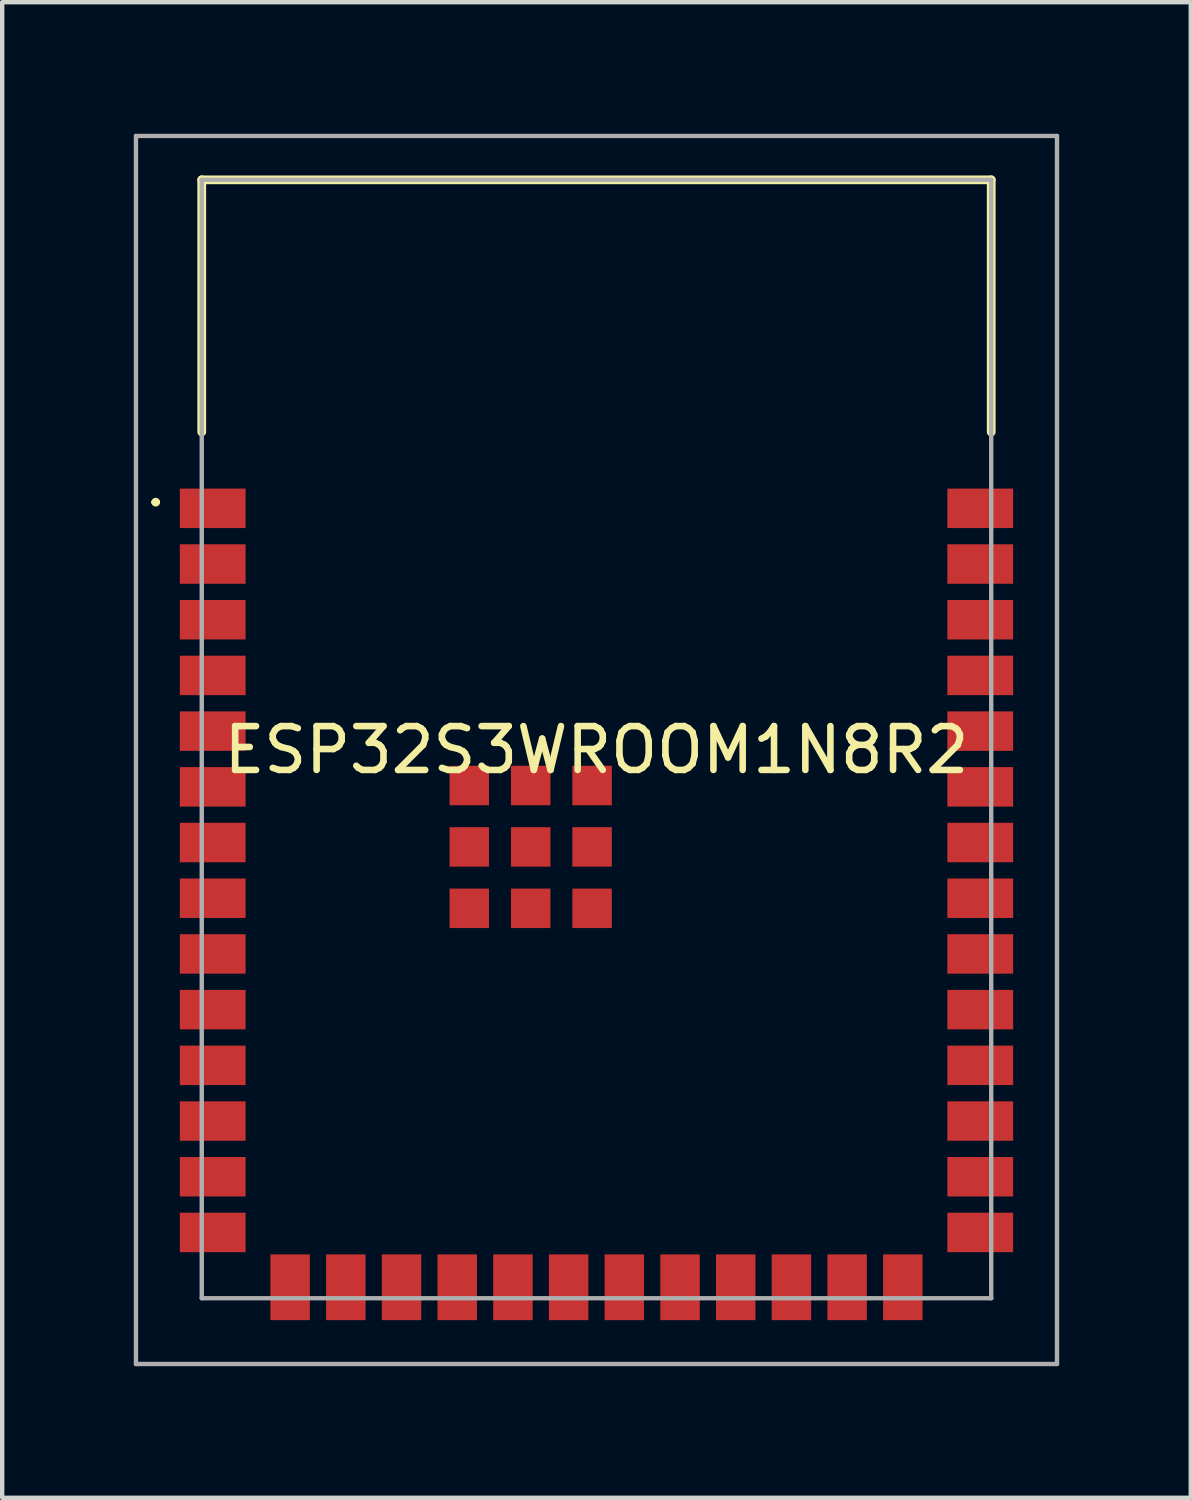
<source format=kicad_pcb>
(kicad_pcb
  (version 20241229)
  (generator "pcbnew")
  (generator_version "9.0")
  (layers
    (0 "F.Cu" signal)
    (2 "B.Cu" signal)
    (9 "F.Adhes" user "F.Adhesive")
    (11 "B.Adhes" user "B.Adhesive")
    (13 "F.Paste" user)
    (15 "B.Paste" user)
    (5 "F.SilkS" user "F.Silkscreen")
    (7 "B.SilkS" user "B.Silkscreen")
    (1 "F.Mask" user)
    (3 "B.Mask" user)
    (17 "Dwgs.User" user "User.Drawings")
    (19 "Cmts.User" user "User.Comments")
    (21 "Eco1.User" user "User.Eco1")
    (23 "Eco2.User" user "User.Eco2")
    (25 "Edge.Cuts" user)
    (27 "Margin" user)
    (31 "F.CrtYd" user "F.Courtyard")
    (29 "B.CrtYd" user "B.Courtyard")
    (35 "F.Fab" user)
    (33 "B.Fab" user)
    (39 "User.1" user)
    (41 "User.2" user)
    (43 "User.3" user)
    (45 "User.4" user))
  (footprint "ESP32S3WROOM1N8R2"
    (layer "F.Cu")
    (at 10.55 13.8)
    (property "Reference" "ESP32S3WROOM1N8R2" (at 0 0.25 0) (layer "F.SilkS") (effects (font (size 1 1) (thickness 0.15))))
    (attr smd)
    (fp_line (start -10.1 -5.4) (end -10.1 -5.4) (stroke (width 0.1) (type solid)) (layer "F.SilkS"))
    (fp_line (start -10 -5.4) (end -10 -5.4) (stroke (width 0.1) (type solid)) (layer "F.SilkS"))
    (fp_line (start -9 -12.75) (end 9 -12.75) (stroke (width 0.2) (type solid)) (layer "F.SilkS"))
    (fp_line (start -9 -7) (end -9 -12.75) (stroke (width 0.2) (type solid)) (layer "F.SilkS"))
    (fp_line (start 9 -12.75) (end 9 -7) (stroke (width 0.2) (type solid)) (layer "F.SilkS"))
    (fp_arc (start -10.1 -5.4) (mid -10.05 -5.45) (end -10 -5.4) (stroke (width 0.1) (type solid)) (layer "F.SilkS"))
    (fp_arc (start -10 -5.4) (mid -10.05 -5.35) (end -10.1 -5.4) (stroke (width 0.1) (type solid)) (layer "F.SilkS"))
    (fp_line (start -10.5 -13.75) (end 10.5 -13.75) (stroke (width 0.1) (type solid)) (layer "F.Fab"))
    (fp_line (start -10.5 14.25) (end -10.5 -13.75) (stroke (width 0.1) (type solid)) (layer "F.Fab"))
    (fp_line (start -9 -12.75) (end 9 -12.75) (stroke (width 0.1) (type solid)) (layer "F.Fab"))
    (fp_line (start -9 12.75) (end -9 -12.75) (stroke (width 0.1) (type solid)) (layer "F.Fab"))
    (fp_line (start 9 -12.75) (end 9 12.75) (stroke (width 0.1) (type solid)) (layer "F.Fab"))
    (fp_line (start 9 12.75) (end -9 12.75) (stroke (width 0.1) (type solid)) (layer "F.Fab"))
    (fp_line (start 10.5 -13.75) (end 10.5 14.25) (stroke (width 0.1) (type solid)) (layer "F.Fab"))
    (fp_line (start 10.5 14.25) (end -10.5 14.25) (stroke (width 0.1) (type solid)) (layer "F.Fab"))
    (pad "1" smd rect (at -8.75 -5.26) (size 1.5 0.9) (layers "F.Cu" "F.Mask" "F.Paste"))
    (pad "2" smd rect (at -8.75 -3.99) (size 1.5 0.9) (layers "F.Cu" "F.Mask" "F.Paste"))
    (pad "3" smd rect (at -8.75 -2.72) (size 1.5 0.9) (layers "F.Cu" "F.Mask" "F.Paste"))
    (pad "4" smd rect (at -8.75 -1.45) (size 1.5 0.9) (layers "F.Cu" "F.Mask" "F.Paste"))
    (pad "5" smd rect (at -8.75 -0.18) (size 1.5 0.9) (layers "F.Cu" "F.Mask" "F.Paste"))
    (pad "6" smd rect (at -8.75 1.09) (size 1.5 0.9) (layers "F.Cu" "F.Mask" "F.Paste"))
    (pad "7" smd rect (at -8.75 2.36) (size 1.5 0.9) (layers "F.Cu" "F.Mask" "F.Paste"))
    (pad "8" smd rect (at -8.75 3.63) (size 1.5 0.9) (layers "F.Cu" "F.Mask" "F.Paste"))
    (pad "9" smd rect (at -8.75 4.9) (size 1.5 0.9) (layers "F.Cu" "F.Mask" "F.Paste"))
    (pad "10" smd rect (at -8.75 6.17) (size 1.5 0.9) (layers "F.Cu" "F.Mask" "F.Paste"))
    (pad "11" smd rect (at -8.75 7.44) (size 1.5 0.9) (layers "F.Cu" "F.Mask" "F.Paste"))
    (pad "12" smd rect (at -8.75 8.71) (size 1.5 0.9) (layers "F.Cu" "F.Mask" "F.Paste"))
    (pad "13" smd rect (at -8.75 9.98) (size 1.5 0.9) (layers "F.Cu" "F.Mask" "F.Paste"))
    (pad "14" smd rect (at -8.75 11.25) (size 1.5 0.9) (layers "F.Cu" "F.Mask" "F.Paste"))
    (pad "15" smd rect (at -6.985 12.5) (size 0.9 1.5) (layers "F.Cu" "F.Mask" "F.Paste"))
    (pad "16" smd rect (at -5.715 12.5) (size 0.9 1.5) (layers "F.Cu" "F.Mask" "F.Paste"))
    (pad "17" smd rect (at -4.445 12.5) (size 0.9 1.5) (layers "F.Cu" "F.Mask" "F.Paste"))
    (pad "18" smd rect (at -3.175 12.5) (size 0.9 1.5) (layers "F.Cu" "F.Mask" "F.Paste"))
    (pad "19" smd rect (at -1.905 12.5) (size 0.9 1.5) (layers "F.Cu" "F.Mask" "F.Paste"))
    (pad "20" smd rect (at -0.635 12.5) (size 0.9 1.5) (layers "F.Cu" "F.Mask" "F.Paste"))
    (pad "21" smd rect (at 0.635 12.5) (size 0.9 1.5) (layers "F.Cu" "F.Mask" "F.Paste"))
    (pad "22" smd rect (at 1.905 12.5) (size 0.9 1.5) (layers "F.Cu" "F.Mask" "F.Paste"))
    (pad "23" smd rect (at 3.175 12.5) (size 0.9 1.5) (layers "F.Cu" "F.Mask" "F.Paste"))
    (pad "24" smd rect (at 4.445 12.5) (size 0.9 1.5) (layers "F.Cu" "F.Mask" "F.Paste"))
    (pad "25" smd rect (at 5.715 12.5) (size 0.9 1.5) (layers "F.Cu" "F.Mask" "F.Paste"))
    (pad "26" smd rect (at 6.985 12.5) (size 0.9 1.5) (layers "F.Cu" "F.Mask" "F.Paste"))
    (pad "27" smd rect (at 8.75 11.25) (size 1.5 0.9) (layers "F.Cu" "F.Mask" "F.Paste"))
    (pad "28" smd rect (at 8.75 9.98) (size 1.5 0.9) (layers "F.Cu" "F.Mask" "F.Paste"))
    (pad "29" smd rect (at 8.75 8.71) (size 1.5 0.9) (layers "F.Cu" "F.Mask" "F.Paste"))
    (pad "30" smd rect (at 8.75 7.44) (size 1.5 0.9) (layers "F.Cu" "F.Mask" "F.Paste"))
    (pad "31" smd rect (at 8.75 6.17) (size 1.5 0.9) (layers "F.Cu" "F.Mask" "F.Paste"))
    (pad "32" smd rect (at 8.75 4.9) (size 1.5 0.9) (layers "F.Cu" "F.Mask" "F.Paste"))
    (pad "33" smd rect (at 8.75 3.63) (size 1.5 0.9) (layers "F.Cu" "F.Mask" "F.Paste"))
    (pad "34" smd rect (at 8.75 2.36) (size 1.5 0.9) (layers "F.Cu" "F.Mask" "F.Paste"))
    (pad "35" smd rect (at 8.75 1.09) (size 1.5 0.9) (layers "F.Cu" "F.Mask" "F.Paste"))
    (pad "36" smd rect (at 8.75 -0.18) (size 1.5 0.9) (layers "F.Cu" "F.Mask" "F.Paste"))
    (pad "37" smd rect (at 8.75 -1.45) (size 1.5 0.9) (layers "F.Cu" "F.Mask" "F.Paste"))
    (pad "38" smd rect (at 8.75 -2.72) (size 1.5 0.9) (layers "F.Cu" "F.Mask" "F.Paste"))
    (pad "39" smd rect (at 8.75 -3.99) (size 1.5 0.9) (layers "F.Cu" "F.Mask" "F.Paste"))
    (pad "40" smd rect (at 8.75 -5.26) (size 1.5 0.9) (layers "F.Cu" "F.Mask" "F.Paste"))
    (pad "41" smd rect (at -1.5 2.46) (size 0.9 0.9) (layers "F.Cu" "F.Mask" "F.Paste"))
    (pad "42" smd rect (at -1.5 1.06) (size 0.9 0.9) (layers "F.Cu" "F.Mask" "F.Paste"))
    (pad "43" smd rect (at -2.9 1.06) (size 0.9 0.9) (layers "F.Cu" "F.Mask" "F.Paste"))
    (pad "44" smd rect (at -2.9 2.46) (size 0.9 0.9) (layers "F.Cu" "F.Mask" "F.Paste"))
    (pad "45" smd rect (at -2.9 3.86) (size 0.9 0.9) (layers "F.Cu" "F.Mask" "F.Paste"))
    (pad "46" smd rect (at -1.5 3.86) (size 0.9 0.9) (layers "F.Cu" "F.Mask" "F.Paste"))
    (pad "47" smd rect (at -0.1 3.86) (size 0.9 0.9) (layers "F.Cu" "F.Mask" "F.Paste"))
    (pad "48" smd rect (at -0.1 2.46) (size 0.9 0.9) (layers "F.Cu" "F.Mask" "F.Paste"))
    (pad "49" smd rect (at -0.1 1.06) (size 0.9 0.9) (layers "F.Cu" "F.Mask" "F.Paste")))
  (gr_rect
    (start -3 -3)
    (end 24.1 31.1)
    (stroke (width 0.1) (type default))
    (fill no)
    (layer "Edge.Cuts")))
</source>
